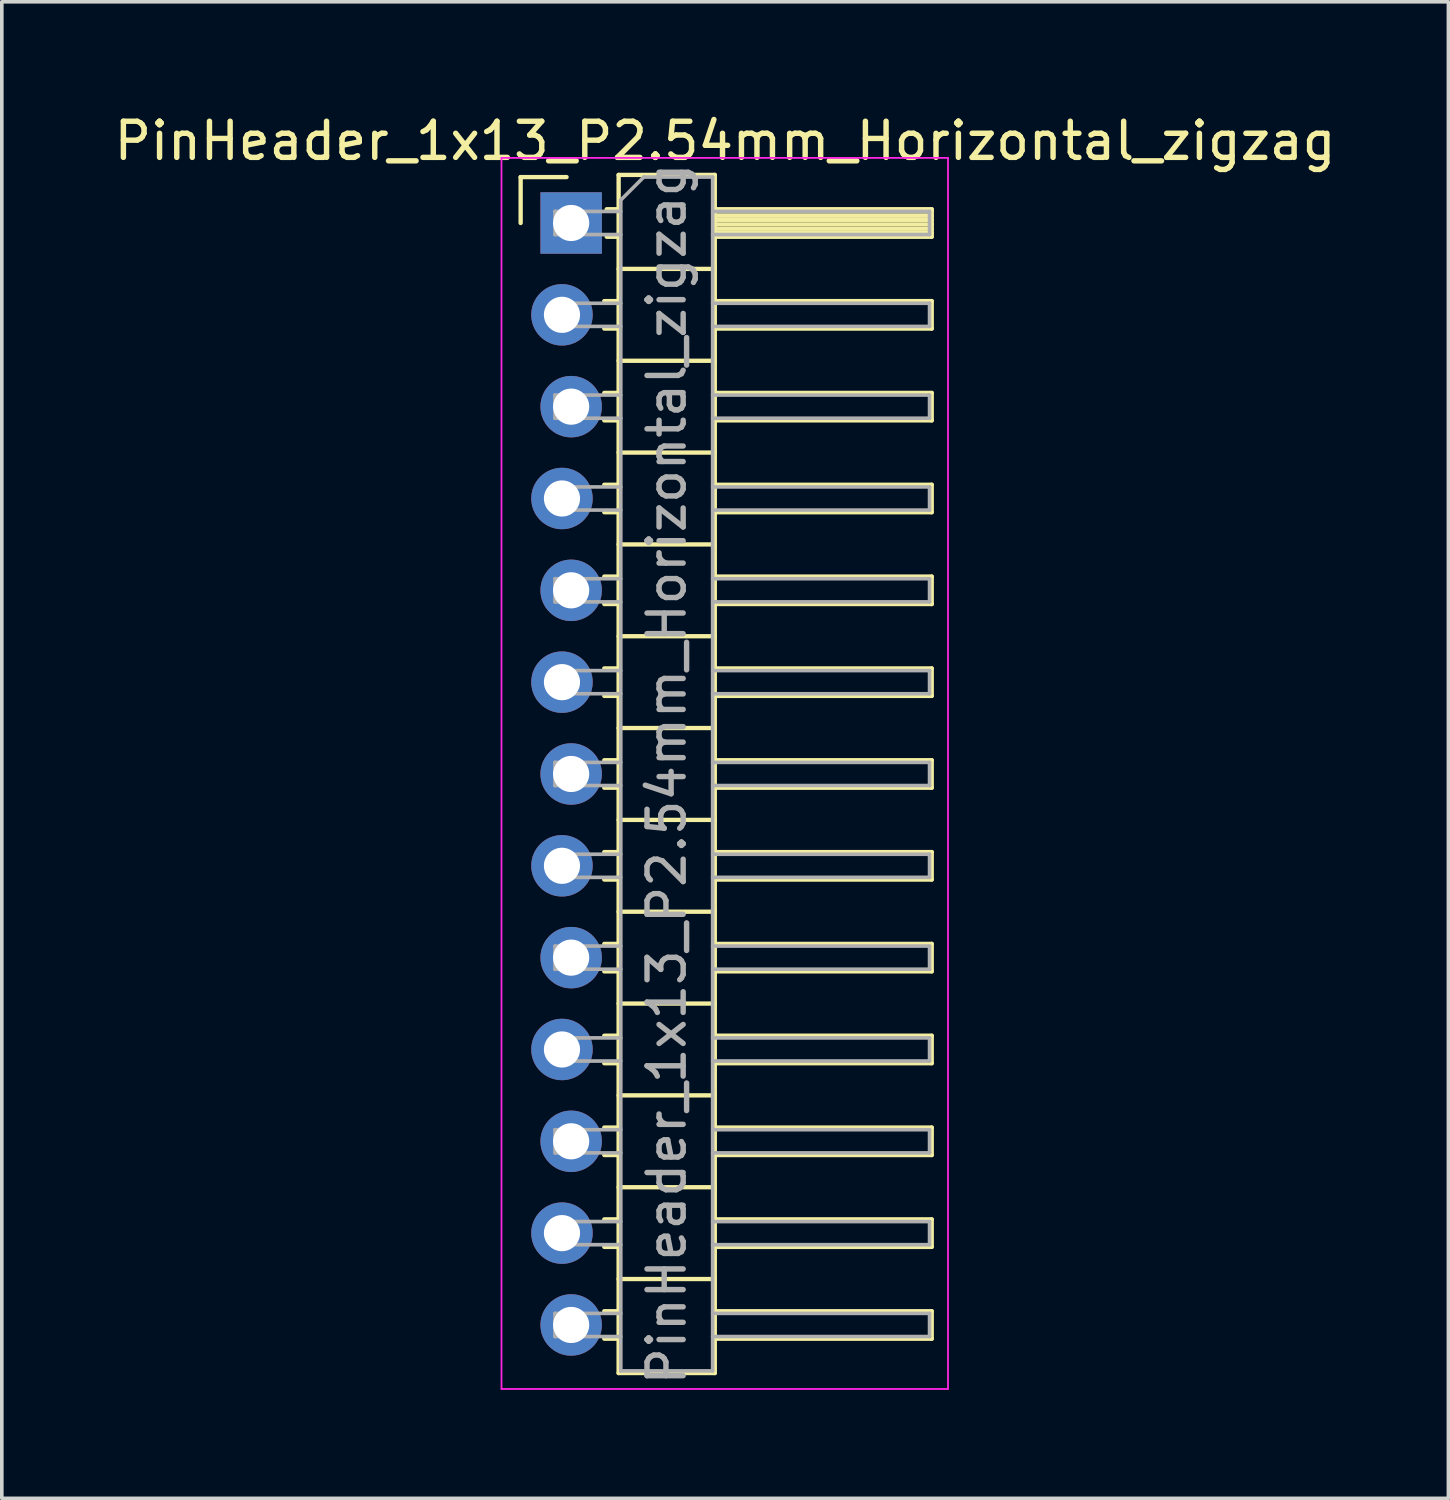
<source format=kicad_pcb>
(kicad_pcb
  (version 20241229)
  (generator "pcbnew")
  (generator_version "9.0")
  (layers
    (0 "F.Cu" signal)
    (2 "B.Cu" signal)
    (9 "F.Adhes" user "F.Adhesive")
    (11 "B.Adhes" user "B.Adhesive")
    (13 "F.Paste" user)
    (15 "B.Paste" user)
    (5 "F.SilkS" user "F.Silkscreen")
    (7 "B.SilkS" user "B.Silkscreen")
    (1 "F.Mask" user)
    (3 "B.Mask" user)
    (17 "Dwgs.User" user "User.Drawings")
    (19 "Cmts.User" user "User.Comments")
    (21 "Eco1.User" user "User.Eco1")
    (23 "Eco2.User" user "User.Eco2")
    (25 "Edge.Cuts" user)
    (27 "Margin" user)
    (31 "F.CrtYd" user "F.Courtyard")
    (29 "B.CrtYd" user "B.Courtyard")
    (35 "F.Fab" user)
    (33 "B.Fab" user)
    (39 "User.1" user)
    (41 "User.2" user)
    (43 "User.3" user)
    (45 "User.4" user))
  (footprint "PinHeader_1x13_P2.54mm_Horizontal_zigzag"
    (layer "F.Cu")
    (at 12.621 3.118)
    (property "Reference" "PinHeader_1x13_P2.54mm_Horizontal_zigzag" (at 4.385 -2.27 0) (layer "F.SilkS") (effects (font (size 1 1) (thickness 0.15))))
    (attr through_hole)
    (fp_line (start -1.27 -1.27) (end 0 -1.27) (stroke (width 0.12) (type solid)) (layer "F.SilkS"))
    (fp_line (start -1.27 0) (end -1.27 -1.27) (stroke (width 0.12) (type solid)) (layer "F.SilkS"))
    (fp_line (start 1.043 2.16) (end 1.44 2.16) (stroke (width 0.12) (type solid)) (layer "F.SilkS"))
    (fp_line (start 1.043 2.92) (end 1.44 2.92) (stroke (width 0.12) (type solid)) (layer "F.SilkS"))
    (fp_line (start 1.043 4.7) (end 1.44 4.7) (stroke (width 0.12) (type solid)) (layer "F.SilkS"))
    (fp_line (start 1.043 5.46) (end 1.44 5.46) (stroke (width 0.12) (type solid)) (layer "F.SilkS"))
    (fp_line (start 1.043 7.24) (end 1.44 7.24) (stroke (width 0.12) (type solid)) (layer "F.SilkS"))
    (fp_line (start 1.043 8) (end 1.44 8) (stroke (width 0.12) (type solid)) (layer "F.SilkS"))
    (fp_line (start 1.043 9.78) (end 1.44 9.78) (stroke (width 0.12) (type solid)) (layer "F.SilkS"))
    (fp_line (start 1.043 10.54) (end 1.44 10.54) (stroke (width 0.12) (type solid)) (layer "F.SilkS"))
    (fp_line (start 1.043 12.32) (end 1.44 12.32) (stroke (width 0.12) (type solid)) (layer "F.SilkS"))
    (fp_line (start 1.043 13.08) (end 1.44 13.08) (stroke (width 0.12) (type solid)) (layer "F.SilkS"))
    (fp_line (start 1.043 14.86) (end 1.44 14.86) (stroke (width 0.12) (type solid)) (layer "F.SilkS"))
    (fp_line (start 1.043 15.62) (end 1.44 15.62) (stroke (width 0.12) (type solid)) (layer "F.SilkS"))
    (fp_line (start 1.043 17.4) (end 1.44 17.4) (stroke (width 0.12) (type solid)) (layer "F.SilkS"))
    (fp_line (start 1.043 18.16) (end 1.44 18.16) (stroke (width 0.12) (type solid)) (layer "F.SilkS"))
    (fp_line (start 1.043 19.94) (end 1.44 19.94) (stroke (width 0.12) (type solid)) (layer "F.SilkS"))
    (fp_line (start 1.043 20.7) (end 1.44 20.7) (stroke (width 0.12) (type solid)) (layer "F.SilkS"))
    (fp_line (start 1.043 22.48) (end 1.44 22.48) (stroke (width 0.12) (type solid)) (layer "F.SilkS"))
    (fp_line (start 1.043 23.24) (end 1.44 23.24) (stroke (width 0.12) (type solid)) (layer "F.SilkS"))
    (fp_line (start 1.043 25.02) (end 1.44 25.02) (stroke (width 0.12) (type solid)) (layer "F.SilkS"))
    (fp_line (start 1.043 25.78) (end 1.44 25.78) (stroke (width 0.12) (type solid)) (layer "F.SilkS"))
    (fp_line (start 1.043 27.56) (end 1.44 27.56) (stroke (width 0.12) (type solid)) (layer "F.SilkS"))
    (fp_line (start 1.043 28.32) (end 1.44 28.32) (stroke (width 0.12) (type solid)) (layer "F.SilkS"))
    (fp_line (start 1.043 30.1) (end 1.44 30.1) (stroke (width 0.12) (type solid)) (layer "F.SilkS"))
    (fp_line (start 1.043 30.86) (end 1.44 30.86) (stroke (width 0.12) (type solid)) (layer "F.SilkS"))
    (fp_line (start 1.11 -0.38) (end 1.44 -0.38) (stroke (width 0.12) (type solid)) (layer "F.SilkS"))
    (fp_line (start 1.11 0.38) (end 1.44 0.38) (stroke (width 0.12) (type solid)) (layer "F.SilkS"))
    (fp_line (start 1.44 -1.33) (end 1.44 31.81) (stroke (width 0.12) (type solid)) (layer "F.SilkS"))
    (fp_line (start 1.44 1.27) (end 4.1 1.27) (stroke (width 0.12) (type solid)) (layer "F.SilkS"))
    (fp_line (start 1.44 3.81) (end 4.1 3.81) (stroke (width 0.12) (type solid)) (layer "F.SilkS"))
    (fp_line (start 1.44 6.35) (end 4.1 6.35) (stroke (width 0.12) (type solid)) (layer "F.SilkS"))
    (fp_line (start 1.44 8.89) (end 4.1 8.89) (stroke (width 0.12) (type solid)) (layer "F.SilkS"))
    (fp_line (start 1.44 11.43) (end 4.1 11.43) (stroke (width 0.12) (type solid)) (layer "F.SilkS"))
    (fp_line (start 1.44 13.97) (end 4.1 13.97) (stroke (width 0.12) (type solid)) (layer "F.SilkS"))
    (fp_line (start 1.44 16.51) (end 4.1 16.51) (stroke (width 0.12) (type solid)) (layer "F.SilkS"))
    (fp_line (start 1.44 19.05) (end 4.1 19.05) (stroke (width 0.12) (type solid)) (layer "F.SilkS"))
    (fp_line (start 1.44 21.59) (end 4.1 21.59) (stroke (width 0.12) (type solid)) (layer "F.SilkS"))
    (fp_line (start 1.44 24.13) (end 4.1 24.13) (stroke (width 0.12) (type solid)) (layer "F.SilkS"))
    (fp_line (start 1.44 26.67) (end 4.1 26.67) (stroke (width 0.12) (type solid)) (layer "F.SilkS"))
    (fp_line (start 1.44 29.21) (end 4.1 29.21) (stroke (width 0.12) (type solid)) (layer "F.SilkS"))
    (fp_line (start 1.44 31.81) (end 4.1 31.81) (stroke (width 0.12) (type solid)) (layer "F.SilkS"))
    (fp_line (start 4.1 -1.33) (end 1.44 -1.33) (stroke (width 0.12) (type solid)) (layer "F.SilkS"))
    (fp_line (start 4.1 -0.38) (end 10.1 -0.38) (stroke (width 0.12) (type solid)) (layer "F.SilkS"))
    (fp_line (start 4.1 -0.32) (end 10.1 -0.32) (stroke (width 0.12) (type solid)) (layer "F.SilkS"))
    (fp_line (start 4.1 -0.2) (end 10.1 -0.2) (stroke (width 0.12) (type solid)) (layer "F.SilkS"))
    (fp_line (start 4.1 -0.08) (end 10.1 -0.08) (stroke (width 0.12) (type solid)) (layer "F.SilkS"))
    (fp_line (start 4.1 0.04) (end 10.1 0.04) (stroke (width 0.12) (type solid)) (layer "F.SilkS"))
    (fp_line (start 4.1 0.16) (end 10.1 0.16) (stroke (width 0.12) (type solid)) (layer "F.SilkS"))
    (fp_line (start 4.1 0.28) (end 10.1 0.28) (stroke (width 0.12) (type solid)) (layer "F.SilkS"))
    (fp_line (start 4.1 2.16) (end 10.1 2.16) (stroke (width 0.12) (type solid)) (layer "F.SilkS"))
    (fp_line (start 4.1 4.7) (end 10.1 4.7) (stroke (width 0.12) (type solid)) (layer "F.SilkS"))
    (fp_line (start 4.1 7.24) (end 10.1 7.24) (stroke (width 0.12) (type solid)) (layer "F.SilkS"))
    (fp_line (start 4.1 9.78) (end 10.1 9.78) (stroke (width 0.12) (type solid)) (layer "F.SilkS"))
    (fp_line (start 4.1 12.32) (end 10.1 12.32) (stroke (width 0.12) (type solid)) (layer "F.SilkS"))
    (fp_line (start 4.1 14.86) (end 10.1 14.86) (stroke (width 0.12) (type solid)) (layer "F.SilkS"))
    (fp_line (start 4.1 17.4) (end 10.1 17.4) (stroke (width 0.12) (type solid)) (layer "F.SilkS"))
    (fp_line (start 4.1 19.94) (end 10.1 19.94) (stroke (width 0.12) (type solid)) (layer "F.SilkS"))
    (fp_line (start 4.1 22.48) (end 10.1 22.48) (stroke (width 0.12) (type solid)) (layer "F.SilkS"))
    (fp_line (start 4.1 25.02) (end 10.1 25.02) (stroke (width 0.12) (type solid)) (layer "F.SilkS"))
    (fp_line (start 4.1 27.56) (end 10.1 27.56) (stroke (width 0.12) (type solid)) (layer "F.SilkS"))
    (fp_line (start 4.1 30.1) (end 10.1 30.1) (stroke (width 0.12) (type solid)) (layer "F.SilkS"))
    (fp_line (start 4.1 31.81) (end 4.1 -1.33) (stroke (width 0.12) (type solid)) (layer "F.SilkS"))
    (fp_line (start 10.1 -0.38) (end 10.1 0.38) (stroke (width 0.12) (type solid)) (layer "F.SilkS"))
    (fp_line (start 10.1 0.38) (end 4.1 0.38) (stroke (width 0.12) (type solid)) (layer "F.SilkS"))
    (fp_line (start 10.1 2.16) (end 10.1 2.92) (stroke (width 0.12) (type solid)) (layer "F.SilkS"))
    (fp_line (start 10.1 2.92) (end 4.1 2.92) (stroke (width 0.12) (type solid)) (layer "F.SilkS"))
    (fp_line (start 10.1 4.7) (end 10.1 5.46) (stroke (width 0.12) (type solid)) (layer "F.SilkS"))
    (fp_line (start 10.1 5.46) (end 4.1 5.46) (stroke (width 0.12) (type solid)) (layer "F.SilkS"))
    (fp_line (start 10.1 7.24) (end 10.1 8) (stroke (width 0.12) (type solid)) (layer "F.SilkS"))
    (fp_line (start 10.1 8) (end 4.1 8) (stroke (width 0.12) (type solid)) (layer "F.SilkS"))
    (fp_line (start 10.1 9.78) (end 10.1 10.54) (stroke (width 0.12) (type solid)) (layer "F.SilkS"))
    (fp_line (start 10.1 10.54) (end 4.1 10.54) (stroke (width 0.12) (type solid)) (layer "F.SilkS"))
    (fp_line (start 10.1 12.32) (end 10.1 13.08) (stroke (width 0.12) (type solid)) (layer "F.SilkS"))
    (fp_line (start 10.1 13.08) (end 4.1 13.08) (stroke (width 0.12) (type solid)) (layer "F.SilkS"))
    (fp_line (start 10.1 14.86) (end 10.1 15.62) (stroke (width 0.12) (type solid)) (layer "F.SilkS"))
    (fp_line (start 10.1 15.62) (end 4.1 15.62) (stroke (width 0.12) (type solid)) (layer "F.SilkS"))
    (fp_line (start 10.1 17.4) (end 10.1 18.16) (stroke (width 0.12) (type solid)) (layer "F.SilkS"))
    (fp_line (start 10.1 18.16) (end 4.1 18.16) (stroke (width 0.12) (type solid)) (layer "F.SilkS"))
    (fp_line (start 10.1 19.94) (end 10.1 20.7) (stroke (width 0.12) (type solid)) (layer "F.SilkS"))
    (fp_line (start 10.1 20.7) (end 4.1 20.7) (stroke (width 0.12) (type solid)) (layer "F.SilkS"))
    (fp_line (start 10.1 22.48) (end 10.1 23.24) (stroke (width 0.12) (type solid)) (layer "F.SilkS"))
    (fp_line (start 10.1 23.24) (end 4.1 23.24) (stroke (width 0.12) (type solid)) (layer "F.SilkS"))
    (fp_line (start 10.1 25.02) (end 10.1 25.78) (stroke (width 0.12) (type solid)) (layer "F.SilkS"))
    (fp_line (start 10.1 25.78) (end 4.1 25.78) (stroke (width 0.12) (type solid)) (layer "F.SilkS"))
    (fp_line (start 10.1 27.56) (end 10.1 28.32) (stroke (width 0.12) (type solid)) (layer "F.SilkS"))
    (fp_line (start 10.1 28.32) (end 4.1 28.32) (stroke (width 0.12) (type solid)) (layer "F.SilkS"))
    (fp_line (start 10.1 30.1) (end 10.1 30.86) (stroke (width 0.12) (type solid)) (layer "F.SilkS"))
    (fp_line (start 10.1 30.86) (end 4.1 30.86) (stroke (width 0.12) (type solid)) (layer "F.SilkS"))
    (fp_line (start -1.8 -1.8) (end -1.8 32.25) (stroke (width 0.05) (type solid)) (layer "F.CrtYd"))
    (fp_line (start -1.8 32.25) (end 10.55 32.25) (stroke (width 0.05) (type solid)) (layer "F.CrtYd"))
    (fp_line (start 10.55 -1.8) (end -1.8 -1.8) (stroke (width 0.05) (type solid)) (layer "F.CrtYd"))
    (fp_line (start 10.55 32.25) (end 10.55 -1.8) (stroke (width 0.05) (type solid)) (layer "F.CrtYd"))
    (fp_line (start -0.32 -0.32) (end -0.32 0.32) (stroke (width 0.1) (type solid)) (layer "F.Fab"))
    (fp_line (start -0.32 -0.32) (end 1.5 -0.32) (stroke (width 0.1) (type solid)) (layer "F.Fab"))
    (fp_line (start -0.32 0.32) (end 1.5 0.32) (stroke (width 0.1) (type solid)) (layer "F.Fab"))
    (fp_line (start -0.32 2.22) (end -0.32 2.86) (stroke (width 0.1) (type solid)) (layer "F.Fab"))
    (fp_line (start -0.32 2.22) (end 1.5 2.22) (stroke (width 0.1) (type solid)) (layer "F.Fab"))
    (fp_line (start -0.32 2.86) (end 1.5 2.86) (stroke (width 0.1) (type solid)) (layer "F.Fab"))
    (fp_line (start -0.32 4.76) (end -0.32 5.4) (stroke (width 0.1) (type solid)) (layer "F.Fab"))
    (fp_line (start -0.32 4.76) (end 1.5 4.76) (stroke (width 0.1) (type solid)) (layer "F.Fab"))
    (fp_line (start -0.32 5.4) (end 1.5 5.4) (stroke (width 0.1) (type solid)) (layer "F.Fab"))
    (fp_line (start -0.32 7.3) (end -0.32 7.94) (stroke (width 0.1) (type solid)) (layer "F.Fab"))
    (fp_line (start -0.32 7.3) (end 1.5 7.3) (stroke (width 0.1) (type solid)) (layer "F.Fab"))
    (fp_line (start -0.32 7.94) (end 1.5 7.94) (stroke (width 0.1) (type solid)) (layer "F.Fab"))
    (fp_line (start -0.32 9.84) (end -0.32 10.48) (stroke (width 0.1) (type solid)) (layer "F.Fab"))
    (fp_line (start -0.32 9.84) (end 1.5 9.84) (stroke (width 0.1) (type solid)) (layer "F.Fab"))
    (fp_line (start -0.32 10.48) (end 1.5 10.48) (stroke (width 0.1) (type solid)) (layer "F.Fab"))
    (fp_line (start -0.32 12.38) (end -0.32 13.02) (stroke (width 0.1) (type solid)) (layer "F.Fab"))
    (fp_line (start -0.32 12.38) (end 1.5 12.38) (stroke (width 0.1) (type solid)) (layer "F.Fab"))
    (fp_line (start -0.32 13.02) (end 1.5 13.02) (stroke (width 0.1) (type solid)) (layer "F.Fab"))
    (fp_line (start -0.32 14.92) (end -0.32 15.56) (stroke (width 0.1) (type solid)) (layer "F.Fab"))
    (fp_line (start -0.32 14.92) (end 1.5 14.92) (stroke (width 0.1) (type solid)) (layer "F.Fab"))
    (fp_line (start -0.32 15.56) (end 1.5 15.56) (stroke (width 0.1) (type solid)) (layer "F.Fab"))
    (fp_line (start -0.32 17.46) (end -0.32 18.1) (stroke (width 0.1) (type solid)) (layer "F.Fab"))
    (fp_line (start -0.32 17.46) (end 1.5 17.46) (stroke (width 0.1) (type solid)) (layer "F.Fab"))
    (fp_line (start -0.32 18.1) (end 1.5 18.1) (stroke (width 0.1) (type solid)) (layer "F.Fab"))
    (fp_line (start -0.32 20) (end -0.32 20.64) (stroke (width 0.1) (type solid)) (layer "F.Fab"))
    (fp_line (start -0.32 20) (end 1.5 20) (stroke (width 0.1) (type solid)) (layer "F.Fab"))
    (fp_line (start -0.32 20.64) (end 1.5 20.64) (stroke (width 0.1) (type solid)) (layer "F.Fab"))
    (fp_line (start -0.32 22.54) (end -0.32 23.18) (stroke (width 0.1) (type solid)) (layer "F.Fab"))
    (fp_line (start -0.32 22.54) (end 1.5 22.54) (stroke (width 0.1) (type solid)) (layer "F.Fab"))
    (fp_line (start -0.32 23.18) (end 1.5 23.18) (stroke (width 0.1) (type solid)) (layer "F.Fab"))
    (fp_line (start -0.32 25.08) (end -0.32 25.72) (stroke (width 0.1) (type solid)) (layer "F.Fab"))
    (fp_line (start -0.32 25.08) (end 1.5 25.08) (stroke (width 0.1) (type solid)) (layer "F.Fab"))
    (fp_line (start -0.32 25.72) (end 1.5 25.72) (stroke (width 0.1) (type solid)) (layer "F.Fab"))
    (fp_line (start -0.32 27.62) (end -0.32 28.26) (stroke (width 0.1) (type solid)) (layer "F.Fab"))
    (fp_line (start -0.32 27.62) (end 1.5 27.62) (stroke (width 0.1) (type solid)) (layer "F.Fab"))
    (fp_line (start -0.32 28.26) (end 1.5 28.26) (stroke (width 0.1) (type solid)) (layer "F.Fab"))
    (fp_line (start -0.32 30.16) (end -0.32 30.8) (stroke (width 0.1) (type solid)) (layer "F.Fab"))
    (fp_line (start -0.32 30.16) (end 1.5 30.16) (stroke (width 0.1) (type solid)) (layer "F.Fab"))
    (fp_line (start -0.32 30.8) (end 1.5 30.8) (stroke (width 0.1) (type solid)) (layer "F.Fab"))
    (fp_line (start 1.5 -0.635) (end 2.135 -1.27) (stroke (width 0.1) (type solid)) (layer "F.Fab"))
    (fp_line (start 1.5 31.75) (end 1.5 -0.635) (stroke (width 0.1) (type solid)) (layer "F.Fab"))
    (fp_line (start 2.135 -1.27) (end 4.04 -1.27) (stroke (width 0.1) (type solid)) (layer "F.Fab"))
    (fp_line (start 4.04 -1.27) (end 4.04 31.75) (stroke (width 0.1) (type solid)) (layer "F.Fab"))
    (fp_line (start 4.04 -0.32) (end 10.04 -0.32) (stroke (width 0.1) (type solid)) (layer "F.Fab"))
    (fp_line (start 4.04 0.32) (end 10.04 0.32) (stroke (width 0.1) (type solid)) (layer "F.Fab"))
    (fp_line (start 4.04 2.22) (end 10.04 2.22) (stroke (width 0.1) (type solid)) (layer "F.Fab"))
    (fp_line (start 4.04 2.86) (end 10.04 2.86) (stroke (width 0.1) (type solid)) (layer "F.Fab"))
    (fp_line (start 4.04 4.76) (end 10.04 4.76) (stroke (width 0.1) (type solid)) (layer "F.Fab"))
    (fp_line (start 4.04 5.4) (end 10.04 5.4) (stroke (width 0.1) (type solid)) (layer "F.Fab"))
    (fp_line (start 4.04 7.3) (end 10.04 7.3) (stroke (width 0.1) (type solid)) (layer "F.Fab"))
    (fp_line (start 4.04 7.94) (end 10.04 7.94) (stroke (width 0.1) (type solid)) (layer "F.Fab"))
    (fp_line (start 4.04 9.84) (end 10.04 9.84) (stroke (width 0.1) (type solid)) (layer "F.Fab"))
    (fp_line (start 4.04 10.48) (end 10.04 10.48) (stroke (width 0.1) (type solid)) (layer "F.Fab"))
    (fp_line (start 4.04 12.38) (end 10.04 12.38) (stroke (width 0.1) (type solid)) (layer "F.Fab"))
    (fp_line (start 4.04 13.02) (end 10.04 13.02) (stroke (width 0.1) (type solid)) (layer "F.Fab"))
    (fp_line (start 4.04 14.92) (end 10.04 14.92) (stroke (width 0.1) (type solid)) (layer "F.Fab"))
    (fp_line (start 4.04 15.56) (end 10.04 15.56) (stroke (width 0.1) (type solid)) (layer "F.Fab"))
    (fp_line (start 4.04 17.46) (end 10.04 17.46) (stroke (width 0.1) (type solid)) (layer "F.Fab"))
    (fp_line (start 4.04 18.1) (end 10.04 18.1) (stroke (width 0.1) (type solid)) (layer "F.Fab"))
    (fp_line (start 4.04 20) (end 10.04 20) (stroke (width 0.1) (type solid)) (layer "F.Fab"))
    (fp_line (start 4.04 20.64) (end 10.04 20.64) (stroke (width 0.1) (type solid)) (layer "F.Fab"))
    (fp_line (start 4.04 22.54) (end 10.04 22.54) (stroke (width 0.1) (type solid)) (layer "F.Fab"))
    (fp_line (start 4.04 23.18) (end 10.04 23.18) (stroke (width 0.1) (type solid)) (layer "F.Fab"))
    (fp_line (start 4.04 25.08) (end 10.04 25.08) (stroke (width 0.1) (type solid)) (layer "F.Fab"))
    (fp_line (start 4.04 25.72) (end 10.04 25.72) (stroke (width 0.1) (type solid)) (layer "F.Fab"))
    (fp_line (start 4.04 27.62) (end 10.04 27.62) (stroke (width 0.1) (type solid)) (layer "F.Fab"))
    (fp_line (start 4.04 28.26) (end 10.04 28.26) (stroke (width 0.1) (type solid)) (layer "F.Fab"))
    (fp_line (start 4.04 30.16) (end 10.04 30.16) (stroke (width 0.1) (type solid)) (layer "F.Fab"))
    (fp_line (start 4.04 30.8) (end 10.04 30.8) (stroke (width 0.1) (type solid)) (layer "F.Fab"))
    (fp_line (start 4.04 31.75) (end 1.5 31.75) (stroke (width 0.1) (type solid)) (layer "F.Fab"))
    (fp_line (start 10.04 -0.32) (end 10.04 0.32) (stroke (width 0.1) (type solid)) (layer "F.Fab"))
    (fp_line (start 10.04 2.22) (end 10.04 2.86) (stroke (width 0.1) (type solid)) (layer "F.Fab"))
    (fp_line (start 10.04 4.76) (end 10.04 5.4) (stroke (width 0.1) (type solid)) (layer "F.Fab"))
    (fp_line (start 10.04 7.3) (end 10.04 7.94) (stroke (width 0.1) (type solid)) (layer "F.Fab"))
    (fp_line (start 10.04 9.84) (end 10.04 10.48) (stroke (width 0.1) (type solid)) (layer "F.Fab"))
    (fp_line (start 10.04 12.38) (end 10.04 13.02) (stroke (width 0.1) (type solid)) (layer "F.Fab"))
    (fp_line (start 10.04 14.92) (end 10.04 15.56) (stroke (width 0.1) (type solid)) (layer "F.Fab"))
    (fp_line (start 10.04 17.46) (end 10.04 18.1) (stroke (width 0.1) (type solid)) (layer "F.Fab"))
    (fp_line (start 10.04 20) (end 10.04 20.64) (stroke (width 0.1) (type solid)) (layer "F.Fab"))
    (fp_line (start 10.04 22.54) (end 10.04 23.18) (stroke (width 0.1) (type solid)) (layer "F.Fab"))
    (fp_line (start 10.04 25.08) (end 10.04 25.72) (stroke (width 0.1) (type solid)) (layer "F.Fab"))
    (fp_line (start 10.04 27.62) (end 10.04 28.26) (stroke (width 0.1) (type solid)) (layer "F.Fab"))
    (fp_line (start 10.04 30.16) (end 10.04 30.8) (stroke (width 0.1) (type solid)) (layer "F.Fab"))
    (fp_text user "${REFERENCE}" (at 2.77 15.24 90) (layer "F.Fab") (effects (font (size 1 1) (thickness 0.15))))
    (pad "1" thru_hole rect (at 0.127 0) (size 1.7 1.7) (drill 1) (layers "*.Cu" "*.Mask"))
    (pad "2" thru_hole oval (at -0.127 2.54) (size 1.7 1.7) (drill 1) (layers "*.Cu" "*.Mask"))
    (pad "3" thru_hole oval (at 0.127 5.08) (size 1.7 1.7) (drill 1) (layers "*.Cu" "*.Mask"))
    (pad "4" thru_hole oval (at -0.127 7.62) (size 1.7 1.7) (drill 1) (layers "*.Cu" "*.Mask"))
    (pad "5" thru_hole oval (at 0.127 10.16) (size 1.7 1.7) (drill 1) (layers "*.Cu" "*.Mask"))
    (pad "6" thru_hole oval (at -0.127 12.7) (size 1.7 1.7) (drill 1) (layers "*.Cu" "*.Mask"))
    (pad "7" thru_hole oval (at 0.127 15.24) (size 1.7 1.7) (drill 1) (layers "*.Cu" "*.Mask"))
    (pad "8" thru_hole oval (at -0.127 17.78) (size 1.7 1.7) (drill 1) (layers "*.Cu" "*.Mask"))
    (pad "9" thru_hole oval (at 0.127 20.32) (size 1.7 1.7) (drill 1) (layers "*.Cu" "*.Mask"))
    (pad "10" thru_hole oval (at -0.127 22.86) (size 1.7 1.7) (drill 1) (layers "*.Cu" "*.Mask"))
    (pad "11" thru_hole oval (at 0.127 25.4) (size 1.7 1.7) (drill 1) (layers "*.Cu" "*.Mask"))
    (pad "12" thru_hole oval (at -0.127 27.94) (size 1.7 1.7) (drill 1) (layers "*.Cu" "*.Mask"))
    (pad "13" thru_hole oval (at 0.127 30.48) (size 1.7 1.7) (drill 1) (layers "*.Cu" "*.Mask")))
  (gr_rect
    (start -3 -3)
    (end 37.012 38.393)
    (stroke (width 0.1) (type default))
    (fill no)
    (layer "Edge.Cuts")))
</source>
